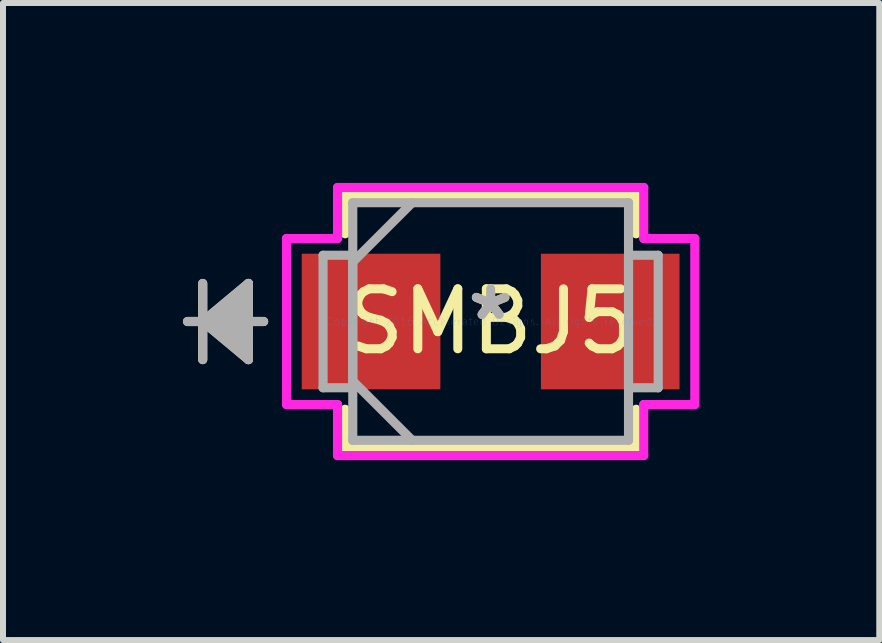
<source format=kicad_pcb>
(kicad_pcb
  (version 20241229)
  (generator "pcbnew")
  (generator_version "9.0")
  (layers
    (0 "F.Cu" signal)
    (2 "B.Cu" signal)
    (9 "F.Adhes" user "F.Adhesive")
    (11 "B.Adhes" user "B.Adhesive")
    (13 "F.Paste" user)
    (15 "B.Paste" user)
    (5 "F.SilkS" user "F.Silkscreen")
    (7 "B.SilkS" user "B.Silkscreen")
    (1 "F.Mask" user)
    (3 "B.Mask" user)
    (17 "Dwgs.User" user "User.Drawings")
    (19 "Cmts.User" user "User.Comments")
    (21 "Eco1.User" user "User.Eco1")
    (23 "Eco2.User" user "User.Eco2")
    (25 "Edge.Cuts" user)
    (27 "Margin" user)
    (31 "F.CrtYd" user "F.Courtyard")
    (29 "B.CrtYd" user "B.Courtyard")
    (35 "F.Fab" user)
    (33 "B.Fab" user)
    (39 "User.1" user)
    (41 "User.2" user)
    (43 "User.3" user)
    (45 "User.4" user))
  (footprint "SMBJ5"
    (layer "F.Cu")
    (at 5.131 2.311)
    (property "Reference" "SMBJ5" (at 0 0 0) (layer "F.SilkS") (effects (font (size 1 1) (thickness 0.15))))
    (attr through_hole)
    (fp_line (start -4.801 -0.635) (end -4.801 0.635) (stroke (width 0.152) (type solid)) (layer "F.SilkS"))
    (fp_line (start -4.801 0) (end -4.039 -0.635) (stroke (width 0.152) (type solid)) (layer "F.SilkS"))
    (fp_line (start -4.801 0) (end -4.039 -0.508) (stroke (width 0.152) (type solid)) (layer "F.SilkS"))
    (fp_line (start -4.801 0) (end -4.039 -0.381) (stroke (width 0.152) (type solid)) (layer "F.SilkS"))
    (fp_line (start -4.801 0) (end -4.039 -0.254) (stroke (width 0.152) (type solid)) (layer "F.SilkS"))
    (fp_line (start -4.801 0) (end -4.039 -0.127) (stroke (width 0.152) (type solid)) (layer "F.SilkS"))
    (fp_line (start -4.801 0) (end -4.039 0.127) (stroke (width 0.152) (type solid)) (layer "F.SilkS"))
    (fp_line (start -4.801 0) (end -4.039 0.254) (stroke (width 0.152) (type solid)) (layer "F.SilkS"))
    (fp_line (start -4.801 0) (end -4.039 0.381) (stroke (width 0.152) (type solid)) (layer "F.SilkS"))
    (fp_line (start -4.801 0) (end -4.039 0.508) (stroke (width 0.152) (type solid)) (layer "F.SilkS"))
    (fp_line (start -4.801 0) (end -4.039 0.635) (stroke (width 0.152) (type solid)) (layer "F.SilkS"))
    (fp_line (start -4.039 -0.635) (end -4.039 0.635) (stroke (width 0.152) (type solid)) (layer "F.SilkS"))
    (fp_line (start -3.785 0) (end -5.055 0) (stroke (width 0.152) (type solid)) (layer "F.SilkS"))
    (fp_line (start -2.426 -2.108) (end -2.426 -1.463) (stroke (width 0.152) (type solid)) (layer "F.SilkS"))
    (fp_line (start -2.426 1.463) (end -2.426 2.108) (stroke (width 0.152) (type solid)) (layer "F.SilkS"))
    (fp_line (start -2.426 2.108) (end 2.426 2.108) (stroke (width 0.152) (type solid)) (layer "F.SilkS"))
    (fp_line (start 2.426 -2.108) (end -2.426 -2.108) (stroke (width 0.152) (type solid)) (layer "F.SilkS"))
    (fp_line (start 2.426 -1.463) (end 2.426 -2.108) (stroke (width 0.152) (type solid)) (layer "F.SilkS"))
    (fp_line (start 2.426 2.108) (end 2.426 1.463) (stroke (width 0.152) (type solid)) (layer "F.SilkS"))
    (fp_line (start -3.404 -1.384) (end -2.553 -1.384) (stroke (width 0.152) (type solid)) (layer "F.CrtYd"))
    (fp_line (start -3.404 1.384) (end -3.404 -1.384) (stroke (width 0.152) (type solid)) (layer "F.CrtYd"))
    (fp_line (start -2.553 -2.235) (end 2.553 -2.235) (stroke (width 0.152) (type solid)) (layer "F.CrtYd"))
    (fp_line (start -2.553 -1.384) (end -2.553 -2.235) (stroke (width 0.152) (type solid)) (layer "F.CrtYd"))
    (fp_line (start -2.553 1.384) (end -3.404 1.384) (stroke (width 0.152) (type solid)) (layer "F.CrtYd"))
    (fp_line (start -2.553 2.235) (end -2.553 1.384) (stroke (width 0.152) (type solid)) (layer "F.CrtYd"))
    (fp_line (start 2.553 -2.235) (end 2.553 -1.384) (stroke (width 0.152) (type solid)) (layer "F.CrtYd"))
    (fp_line (start 2.553 -1.384) (end 3.404 -1.384) (stroke (width 0.152) (type solid)) (layer "F.CrtYd"))
    (fp_line (start 2.553 1.384) (end 2.553 2.235) (stroke (width 0.152) (type solid)) (layer "F.CrtYd"))
    (fp_line (start 2.553 2.235) (end -2.553 2.235) (stroke (width 0.152) (type solid)) (layer "F.CrtYd"))
    (fp_line (start 3.404 -1.384) (end 3.404 1.384) (stroke (width 0.152) (type solid)) (layer "F.CrtYd"))
    (fp_line (start 3.404 1.384) (end 2.553 1.384) (stroke (width 0.152) (type solid)) (layer "F.CrtYd"))
    (fp_line (start -4.801 -0.635) (end -4.801 0.635) (stroke (width 0.152) (type solid)) (layer "F.Fab"))
    (fp_line (start -4.801 0) (end -4.039 -0.635) (stroke (width 0.152) (type solid)) (layer "F.Fab"))
    (fp_line (start -4.801 0) (end -4.039 -0.508) (stroke (width 0.152) (type solid)) (layer "F.Fab"))
    (fp_line (start -4.801 0) (end -4.039 -0.381) (stroke (width 0.152) (type solid)) (layer "F.Fab"))
    (fp_line (start -4.801 0) (end -4.039 -0.254) (stroke (width 0.152) (type solid)) (layer "F.Fab"))
    (fp_line (start -4.801 0) (end -4.039 -0.127) (stroke (width 0.152) (type solid)) (layer "F.Fab"))
    (fp_line (start -4.801 0) (end -4.039 0.127) (stroke (width 0.152) (type solid)) (layer "F.Fab"))
    (fp_line (start -4.801 0) (end -4.039 0.254) (stroke (width 0.152) (type solid)) (layer "F.Fab"))
    (fp_line (start -4.801 0) (end -4.039 0.381) (stroke (width 0.152) (type solid)) (layer "F.Fab"))
    (fp_line (start -4.801 0) (end -4.039 0.508) (stroke (width 0.152) (type solid)) (layer "F.Fab"))
    (fp_line (start -4.801 0) (end -4.039 0.635) (stroke (width 0.152) (type solid)) (layer "F.Fab"))
    (fp_line (start -4.039 -0.635) (end -4.039 0.635) (stroke (width 0.152) (type solid)) (layer "F.Fab"))
    (fp_line (start -3.785 0) (end -5.055 0) (stroke (width 0.152) (type solid)) (layer "F.Fab"))
    (fp_line (start -2.794 -1.105) (end -2.794 1.105) (stroke (width 0.152) (type solid)) (layer "F.Fab"))
    (fp_line (start -2.794 1.105) (end -2.299 1.105) (stroke (width 0.152) (type solid)) (layer "F.Fab"))
    (fp_line (start -2.299 -1.981) (end -2.299 1.981) (stroke (width 0.152) (type solid)) (layer "F.Fab"))
    (fp_line (start -2.299 -1.105) (end -2.794 -1.105) (stroke (width 0.152) (type solid)) (layer "F.Fab"))
    (fp_line (start -2.299 -0.991) (end -1.308 -1.981) (stroke (width 0.152) (type solid)) (layer "F.Fab"))
    (fp_line (start -2.299 0.991) (end -1.308 1.981) (stroke (width 0.152) (type solid)) (layer "F.Fab"))
    (fp_line (start -2.299 1.105) (end -2.299 -1.105) (stroke (width 0.152) (type solid)) (layer "F.Fab"))
    (fp_line (start -2.299 1.981) (end 2.299 1.981) (stroke (width 0.152) (type solid)) (layer "F.Fab"))
    (fp_line (start 2.299 -1.981) (end -2.299 -1.981) (stroke (width 0.152) (type solid)) (layer "F.Fab"))
    (fp_line (start 2.299 -1.105) (end 2.299 1.105) (stroke (width 0.152) (type solid)) (layer "F.Fab"))
    (fp_line (start 2.299 1.105) (end 2.794 1.105) (stroke (width 0.152) (type solid)) (layer "F.Fab"))
    (fp_line (start 2.299 1.981) (end 2.299 -1.981) (stroke (width 0.152) (type solid)) (layer "F.Fab"))
    (fp_line (start 2.794 -1.105) (end 2.299 -1.105) (stroke (width 0.152) (type solid)) (layer "F.Fab"))
    (fp_line (start 2.794 1.105) (end 2.794 -1.105) (stroke (width 0.152) (type solid)) (layer "F.Fab"))
    (fp_text user "*" (at 0 0 0) (layer "F.SilkS") (effects (font (size 1 1) (thickness 0.15))))
    (fp_text user "Copyright 2016 Accelerated Designs. All rights reserved." (at 0 0 0) (layer "Cmts.User") (effects (font (size 0.127 0.127) (thickness 0.002))))
    (fp_text user "*" (at 0 0 0) (layer "F.Fab") (effects (font (size 1 1) (thickness 0.15))))
    (pad "1" smd rect (at -1.994 0) (size 2.311 2.261) (layers "F.Cu" "F.Mask" "F.Paste"))
    (pad "2" smd rect (at 1.994 0) (size 2.311 2.261) (layers "F.Cu" "F.Mask" "F.Paste")))
  (gr_rect
    (start -3 -3)
    (end 11.611 7.623)
    (stroke (width 0.1) (type default))
    (fill no)
    (layer "Edge.Cuts")))
</source>
